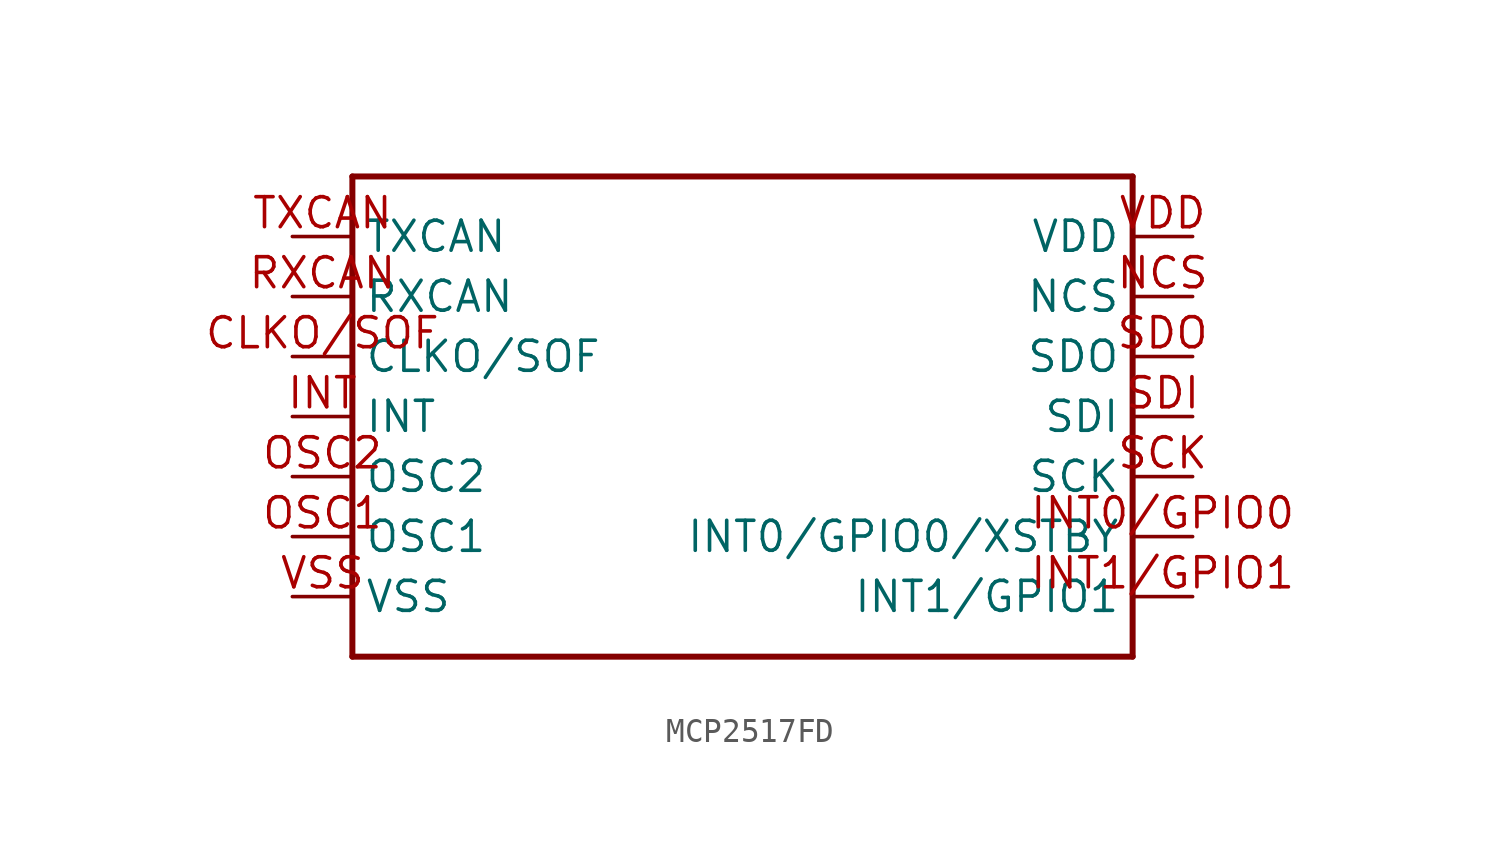
<source format=kicad_sym>
(kicad_symbol_lib
  (version 20220914)
  (generator kicad_symbol_editor)
  (symbol "MCP2517FD"
    (property "Reference" "U"
      (at 0 0 0)
      (effects (font (size 1.27 1.27)) hide))
    (property "Value" ""
      (at 0 20.828 0)
      (effects (font (size 2.54 2.159)) (justify left bottom)))
    (property "ki_locked" ""
      (at 0 0 0)
      (effects (font (size 1.27 1.27))))
    (symbol "MCP2517FD_1_0"
      (polyline (pts (xy 0 0) (xy 0 20.32)) (stroke (width 0.254) (type solid)) (fill (type none)))
      (polyline (pts (xy 0 20.32) (xy 33.02 20.32)) (stroke (width 0.254) (type solid)) (fill (type none)))
      (polyline (pts (xy 33.02 0) (xy 0 0)) (stroke (width 0.254) (type solid)) (fill (type none)))
      (polyline (pts (xy 33.02 20.32) (xy 33.02 0)) (stroke (width 0.254) (type solid)) (fill (type none)))
      (pin bidirectional line (at -2.54 12.7 0) (length 2.54) (name "CLKO/SOF" (effects (font (size 1.27 1.27)))) (number "CLKO/SOF" (effects (font (size 1.27 1.27)))))
      (pin bidirectional line (at -2.54 10.16 0) (length 2.54) (name "INT" (effects (font (size 1.27 1.27)))) (number "INT" (effects (font (size 1.27 1.27)))))
      (pin bidirectional line (at 35.56 5.08 180) (length 2.54) (name "INT0/GPIO0/XSTBY" (effects (font (size 1.27 1.27)))) (number "INT0/GPIO0" (effects (font (size 1.27 1.27)))))
      (pin bidirectional line (at 35.56 2.54 180) (length 2.54) (name "INT1/GPIO1" (effects (font (size 1.27 1.27)))) (number "INT1/GPIO1" (effects (font (size 1.27 1.27)))))
      (pin bidirectional line (at 35.56 15.24 180) (length 2.54) (name "NCS" (effects (font (size 1.27 1.27)))) (number "NCS" (effects (font (size 1.27 1.27)))))
      (pin bidirectional line (at -2.54 5.08 0) (length 2.54) (name "OSC1" (effects (font (size 1.27 1.27)))) (number "OSC1" (effects (font (size 1.27 1.27)))))
      (pin bidirectional line (at -2.54 7.62 0) (length 2.54) (name "OSC2" (effects (font (size 1.27 1.27)))) (number "OSC2" (effects (font (size 1.27 1.27)))))
      (pin bidirectional line (at -2.54 15.24 0) (length 2.54) (name "RXCAN" (effects (font (size 1.27 1.27)))) (number "RXCAN" (effects (font (size 1.27 1.27)))))
      (pin bidirectional line (at 35.56 7.62 180) (length 2.54) (name "SCK" (effects (font (size 1.27 1.27)))) (number "SCK" (effects (font (size 1.27 1.27)))))
      (pin bidirectional line (at 35.56 10.16 180) (length 2.54) (name "SDI" (effects (font (size 1.27 1.27)))) (number "SDI" (effects (font (size 1.27 1.27)))))
      (pin bidirectional line (at 35.56 12.7 180) (length 2.54) (name "SDO" (effects (font (size 1.27 1.27)))) (number "SDO" (effects (font (size 1.27 1.27)))))
      (pin bidirectional line (at -2.54 17.78 0) (length 2.54) (name "TXCAN" (effects (font (size 1.27 1.27)))) (number "TXCAN" (effects (font (size 1.27 1.27)))))
      (pin bidirectional line (at 35.56 17.78 180) (length 2.54) (name "VDD" (effects (font (size 1.27 1.27)))) (number "VDD" (effects (font (size 1.27 1.27)))))
      (pin bidirectional line (at -2.54 2.54 0) (length 2.54) (name "VSS" (effects (font (size 1.27 1.27)))) (number "VSS" (effects (font (size 1.27 1.27))))))))
</source>
